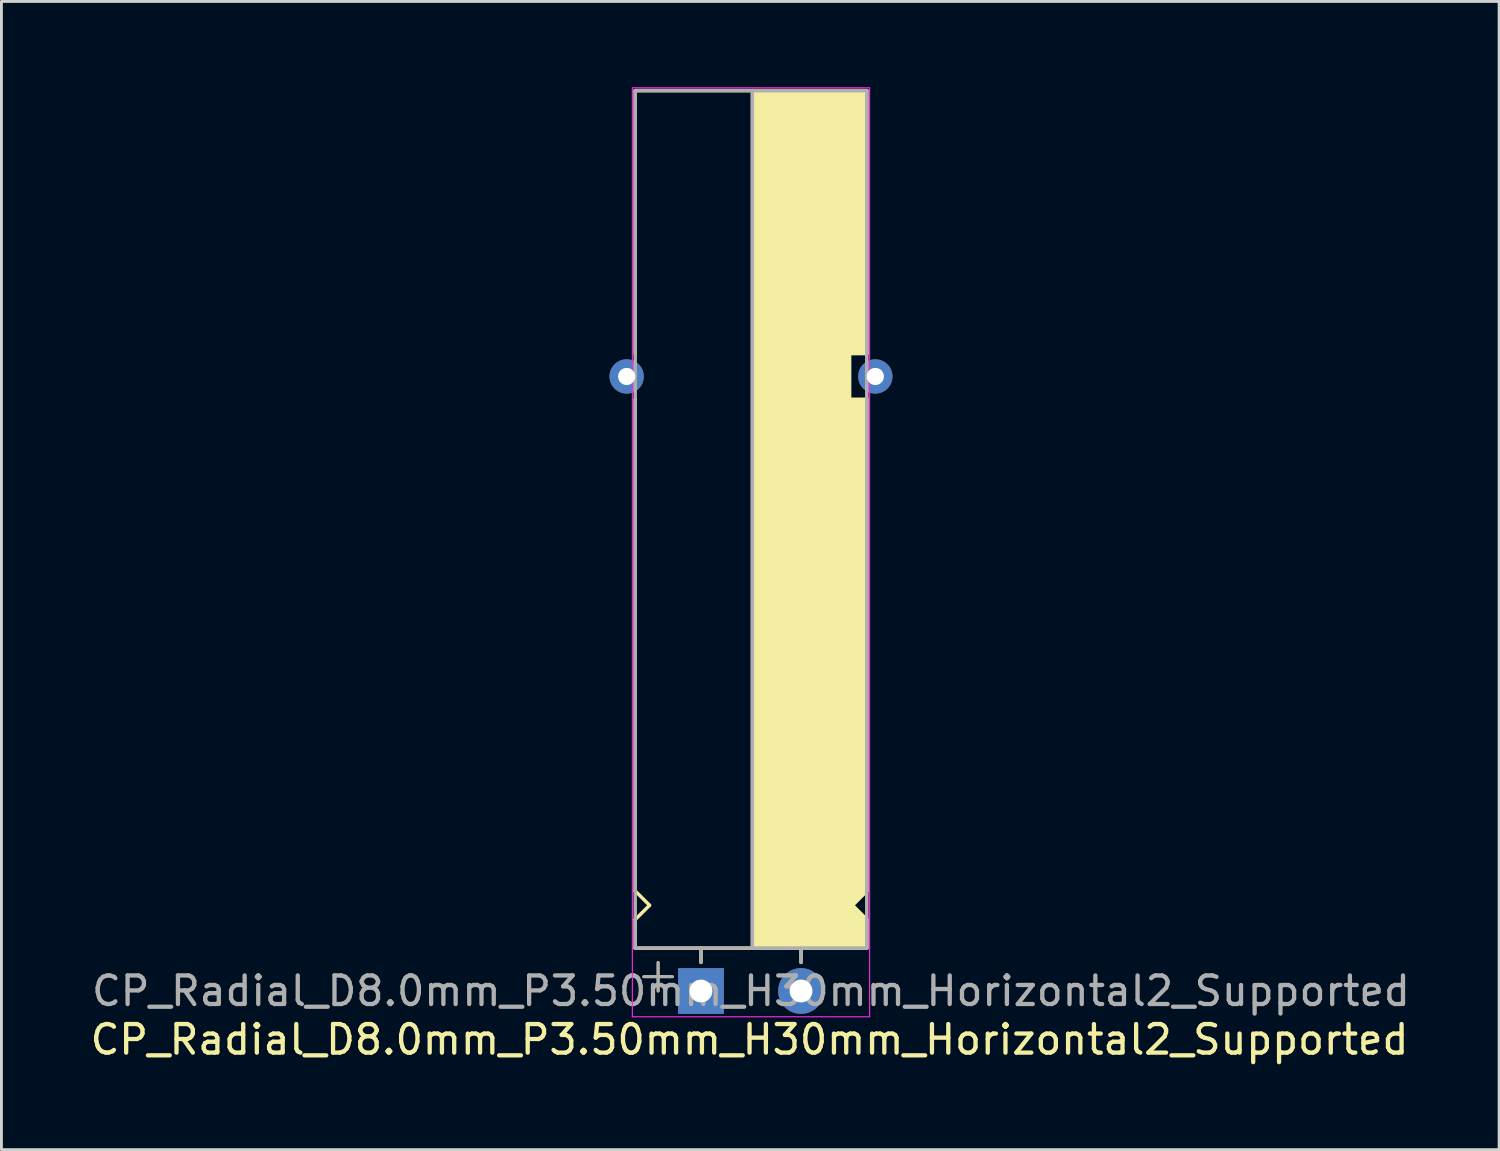
<source format=kicad_pcb>
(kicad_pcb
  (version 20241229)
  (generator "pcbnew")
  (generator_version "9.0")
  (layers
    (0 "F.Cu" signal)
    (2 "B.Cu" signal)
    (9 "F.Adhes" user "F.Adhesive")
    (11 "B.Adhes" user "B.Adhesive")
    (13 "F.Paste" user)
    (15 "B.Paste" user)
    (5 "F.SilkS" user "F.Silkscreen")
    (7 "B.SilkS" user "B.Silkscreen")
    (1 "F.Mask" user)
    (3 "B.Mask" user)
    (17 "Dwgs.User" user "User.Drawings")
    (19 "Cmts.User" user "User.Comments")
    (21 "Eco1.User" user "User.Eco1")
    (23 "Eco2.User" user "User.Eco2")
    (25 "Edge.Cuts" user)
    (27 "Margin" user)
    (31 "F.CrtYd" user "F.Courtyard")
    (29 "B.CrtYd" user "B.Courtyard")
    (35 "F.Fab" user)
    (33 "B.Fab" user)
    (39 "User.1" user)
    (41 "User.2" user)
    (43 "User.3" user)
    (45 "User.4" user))
  (footprint "CP_Radial_D8.0mm_P3.50mm_H30mm_Horizontal2_Supported"
    (layer "F.Cu")
    (at 21.473 31.62)
    (property "Reference" "CP_Radial_D8.0mm_P3.50mm_H30mm_Horizontal2_Supported" (at 1.7 1.7 0) (layer "F.SilkS") (effects (font (size 1 1) (thickness 0.15))))
    (attr through_hole)
    (fp_line (start -2.3 -31.5) (end 5.8 -31.5) (stroke (width 0.12) (type solid)) (layer "F.SilkS"))
    (fp_line (start -2.3 -22.3) (end -2.3 -31.5) (stroke (width 0.12) (type solid)) (layer "F.SilkS"))
    (fp_line (start -2.3 -3.5) (end -2.3 -20.7) (stroke (width 0.12) (type solid)) (layer "F.SilkS"))
    (fp_line (start -2.3 -3.5) (end -1.8 -3) (stroke (width 0.12) (type solid)) (layer "F.SilkS"))
    (fp_line (start -2.3 -2.5) (end -2.3 -1.5) (stroke (width 0.12) (type solid)) (layer "F.SilkS"))
    (fp_line (start -2.3 -1.5) (end 5.8 -1.5) (stroke (width 0.12) (type solid)) (layer "F.SilkS"))
    (fp_line (start -2 -0.5) (end -1 -0.5) (stroke (width 0.1) (type solid)) (layer "F.SilkS"))
    (fp_line (start -1.8 -3) (end -2.3 -2.5) (stroke (width 0.12) (type solid)) (layer "F.SilkS"))
    (fp_line (start -1.5 0) (end -1.5 -1) (stroke (width 0.1) (type solid)) (layer "F.SilkS"))
    (fp_line (start 0 -1) (end 0 -1.5) (stroke (width 0.12) (type solid)) (layer "F.SilkS"))
    (fp_line (start 1.8 -31.5) (end 1.8 -1.5) (stroke (width 0.12) (type solid)) (layer "F.SilkS"))
    (fp_line (start 3.5 -1) (end 3.5 -1.5) (stroke (width 0.12) (type solid)) (layer "F.SilkS"))
    (fp_line (start 5.2 -22.3) (end 5.2 -20.7) (stroke (width 0.12) (type solid)) (layer "F.SilkS"))
    (fp_line (start 5.2 -20.7) (end 5.8 -20.7) (stroke (width 0.12) (type solid)) (layer "F.SilkS"))
    (fp_line (start 5.3 -3) (end 5.8 -2.5) (stroke (width 0.12) (type solid)) (layer "F.SilkS"))
    (fp_line (start 5.8 -22.3) (end 5.2 -22.3) (stroke (width 0.12) (type solid)) (layer "F.SilkS"))
    (fp_line (start 5.8 -22.3) (end 5.8 -31.5) (stroke (width 0.12) (type solid)) (layer "F.SilkS"))
    (fp_line (start 5.8 -3.5) (end 5.3 -3) (stroke (width 0.12) (type solid)) (layer "F.SilkS"))
    (fp_line (start 5.8 -3.5) (end 5.8 -20.7) (stroke (width 0.12) (type solid)) (layer "F.SilkS"))
    (fp_line (start 5.8 -2.5) (end 5.8 -1.5) (stroke (width 0.12) (type solid)) (layer "F.SilkS"))
    (fp_poly (pts (xy 5.8 -22.3) (xy 5.2 -22.3) (xy 5.2 -20.7) (xy 5.8 -20.7) (xy 5.8 -3.5) (xy 5.3 -3) (xy 5.8 -2.5) (xy 5.8 -1.5) (xy 1.8 -1.5) (xy 1.8 -31.5) (xy 5.8 -31.5)) (stroke (width 0.1) (type solid)) (fill yes) (layer "F.SilkS"))
    (fp_line (start -2.4 -31.6) (end -2.4 -1.5) (stroke (width 0.04) (type solid)) (layer "F.CrtYd"))
    (fp_line (start -2.4 -1.5) (end -2.4 0.9) (stroke (width 0.04) (type solid)) (layer "F.CrtYd"))
    (fp_line (start -2.4 0.9) (end 5.9 0.9) (stroke (width 0.04) (type solid)) (layer "F.CrtYd"))
    (fp_line (start 5.9 -31.6) (end -2.4 -31.6) (stroke (width 0.04) (type solid)) (layer "F.CrtYd"))
    (fp_line (start 5.9 0.9) (end 5.9 -31.6) (stroke (width 0.04) (type solid)) (layer "F.CrtYd"))
    (fp_line (start -2.3 -31.5) (end -2.3 -1.5) (stroke (width 0.12) (type solid)) (layer "F.Fab"))
    (fp_line (start -2.3 -1.5) (end 5.8 -1.5) (stroke (width 0.12) (type solid)) (layer "F.Fab"))
    (fp_line (start -2 -0.5) (end -1 -0.5) (stroke (width 0.1) (type solid)) (layer "F.Fab"))
    (fp_line (start -1.5 0) (end -1.5 -1) (stroke (width 0.1) (type solid)) (layer "F.Fab"))
    (fp_line (start 0 -1.5) (end 0 -1) (stroke (width 0.12) (type solid)) (layer "F.Fab"))
    (fp_line (start 1.8 -1.5) (end 1.8 -31.5) (stroke (width 0.12) (type solid)) (layer "F.Fab"))
    (fp_line (start 3.5 -1.5) (end 3.5 -1) (stroke (width 0.12) (type solid)) (layer "F.Fab"))
    (fp_line (start 5.8 -31.5) (end -2.3 -31.5) (stroke (width 0.12) (type solid)) (layer "F.Fab"))
    (fp_line (start 5.8 -1.5) (end 5.8 -31.5) (stroke (width 0.12) (type solid)) (layer "F.Fab"))
    (fp_poly (pts (xy 5.8 -31.5) (xy 1.8 -31.5) (xy 1.8 -1.5) (xy 5.8 -1.5)) (stroke (width 0.1) (type solid)) (fill no) (layer "F.Fab"))
    (fp_text user "${REFERENCE}" (at 1.75 0 0) (layer "F.Fab") (effects (font (size 1 1) (thickness 0.15))))
    (pad "1" thru_hole rect (at 0 0) (size 1.6 1.6) (drill 0.8) (layers "*.Cu" "*.Mask"))
    (pad "2" thru_hole circle (at 3.5 0) (size 1.6 1.6) (drill 0.8) (layers "*.Cu" "*.Mask"))
    (pad "~" thru_hole circle (at -2.6 -21.5 180) (size 1.2 1.2) (drill 0.6) (layers "*.Cu" "*.Mask"))
    (pad "~" thru_hole circle (at 6.1 -21.5 180) (size 1.2 1.2) (drill 0.6) (layers "*.Cu" "*.Mask")))
  (gr_rect
    (start -3 -3)
    (end 49.395 37.168)
    (stroke (width 0.1) (type default))
    (fill no)
    (layer "Edge.Cuts")))
</source>
